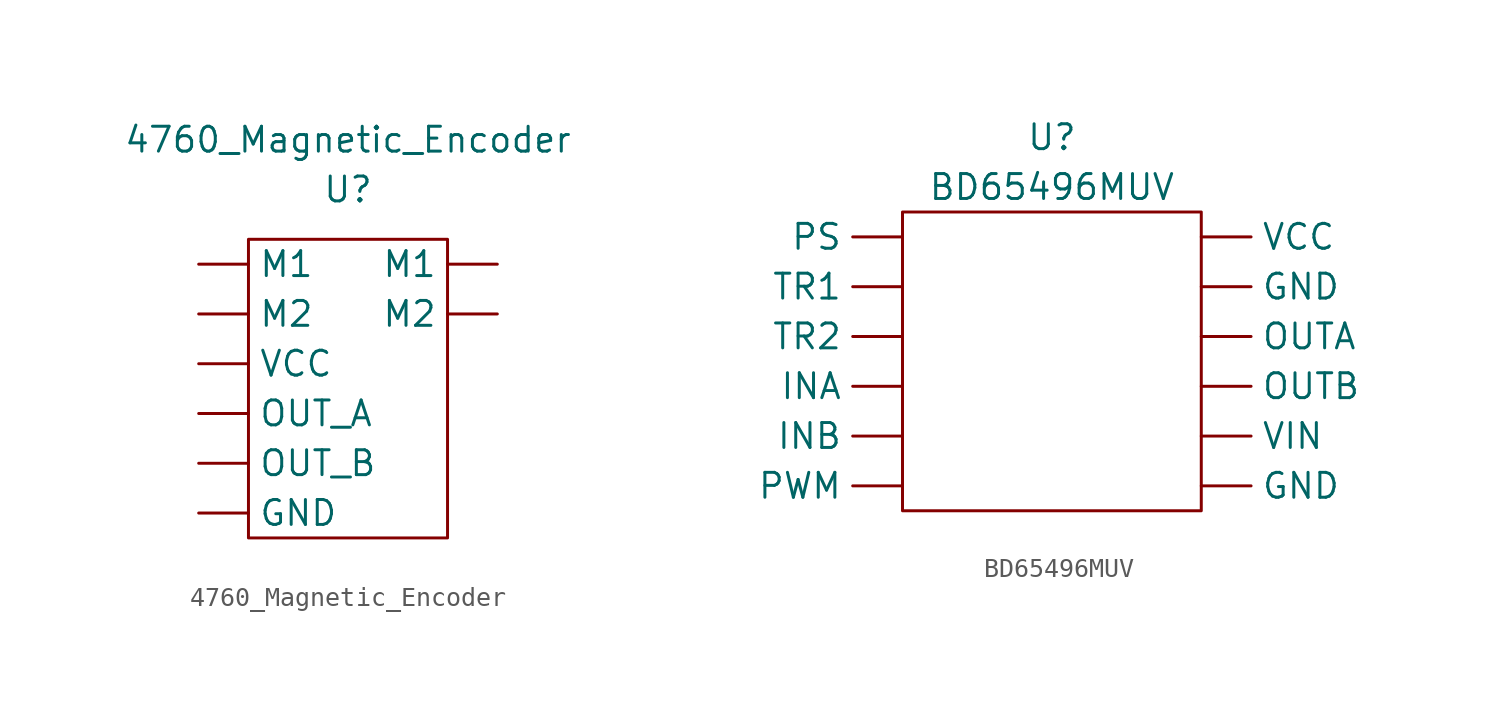
<source format=kicad_sym>
(kicad_symbol_lib
  (version 20211014)
  (generator kicad_symbol_editor)
  (symbol "4760_Magnetic_Encoder"
    (property "Reference" "U"
      (at 0 2.54 0)
      (effects (font (size 1.27 1.27))))
    (property "Value" "4760_Magnetic_Encoder"
      (at 0 5.08 0)
      (effects (font (size 1.27 1.27))))
    (symbol "4760_Magnetic_Encoder_0_1"
      (rectangle (start -5.08 0) (end 5.08 -15.24) (stroke (width 0) (type default) (color 0 0 0 0)) (fill (type none))))
    (symbol "4760_Magnetic_Encoder_1_1"
      (pin input line (at -7.62 -13.97 0) (length 2.54) (name "GND" (effects (font (size 1.27 1.27)))) (number "" (effects (font (size 1.27 1.27)))))
      (pin input line (at -7.62 -1.27 0) (length 2.54) (name "M1" (effects (font (size 1.27 1.27)))) (number "" (effects (font (size 1.27 1.27)))))
      (pin output line (at 7.62 -1.27 180) (length 2.54) (name "M1" (effects (font (size 1.27 1.27)))) (number "" (effects (font (size 1.27 1.27)))))
      (pin input line (at -7.62 -3.81 0) (length 2.54) (name "M2" (effects (font (size 1.27 1.27)))) (number "" (effects (font (size 1.27 1.27)))))
      (pin output line (at 7.62 -3.81 180) (length 2.54) (name "M2" (effects (font (size 1.27 1.27)))) (number "" (effects (font (size 1.27 1.27)))))
      (pin output line (at -7.62 -8.89 0) (length 2.54) (name "OUT_A" (effects (font (size 1.27 1.27)))) (number "" (effects (font (size 1.27 1.27)))))
      (pin output line (at -7.62 -11.43 0) (length 2.54) (name "OUT_B" (effects (font (size 1.27 1.27)))) (number "" (effects (font (size 1.27 1.27)))))
      (pin input line (at -7.62 -6.35 0) (length 2.54) (name "VCC" (effects (font (size 1.27 1.27)))) (number "" (effects (font (size 1.27 1.27)))))))
  (symbol "BD65496MUV"
    (property "Reference" "U"
      (at 0 3.81 0)
      (effects (font (size 1.27 1.27))))
    (property "Value" "BD65496MUV"
      (at 0 1.27 0)
      (effects (font (size 1.27 1.27))))
    (symbol "BD65496MUV_0_1"
      (rectangle (start 7.62 -15.24) (end -7.62 0) (stroke (width 0) (type default) (color 0 0 0 0)) (fill (type none))))
    (symbol "BD65496MUV_1_1"
      (pin input line (at 7.62 -13.97 0) (length 2.54) (name "GND" (effects (font (size 1.27 1.27)))) (number "" (effects (font (size 1.27 1.27)))))
      (pin input line (at 7.62 -3.81 0) (length 2.54) (name "GND" (effects (font (size 1.27 1.27)))) (number "" (effects (font (size 1.27 1.27)))))
      (pin input line (at -7.62 -8.89 180) (length 2.54) (name "INA" (effects (font (size 1.27 1.27)))) (number "" (effects (font (size 1.27 1.27)))))
      (pin input line (at -7.62 -11.43 180) (length 2.54) (name "INB" (effects (font (size 1.27 1.27)))) (number "" (effects (font (size 1.27 1.27)))))
      (pin output line (at 7.62 -6.35 0) (length 2.54) (name "OUTA" (effects (font (size 1.27 1.27)))) (number "" (effects (font (size 1.27 1.27)))))
      (pin output line (at 7.62 -8.89 0) (length 2.54) (name "OUTB" (effects (font (size 1.27 1.27)))) (number "" (effects (font (size 1.27 1.27)))))
      (pin input line (at -7.62 -1.27 180) (length 2.54) (name "PS" (effects (font (size 1.27 1.27)))) (number "" (effects (font (size 1.27 1.27)))))
      (pin input line (at -7.62 -13.97 180) (length 2.54) (name "PWM" (effects (font (size 1.27 1.27)))) (number "" (effects (font (size 1.27 1.27)))))
      (pin input line (at -7.62 -3.81 180) (length 2.54) (name "TR1" (effects (font (size 1.27 1.27)))) (number "" (effects (font (size 1.27 1.27)))))
      (pin input line (at -7.62 -6.35 180) (length 2.54) (name "TR2" (effects (font (size 1.27 1.27)))) (number "" (effects (font (size 1.27 1.27)))))
      (pin input line (at 7.62 -1.27 0) (length 2.54) (name "VCC" (effects (font (size 1.27 1.27)))) (number "" (effects (font (size 1.27 1.27)))))
      (pin input line (at 7.62 -11.43 0) (length 2.54) (name "VIN" (effects (font (size 1.27 1.27)))) (number "" (effects (font (size 1.27 1.27))))))))
</source>
